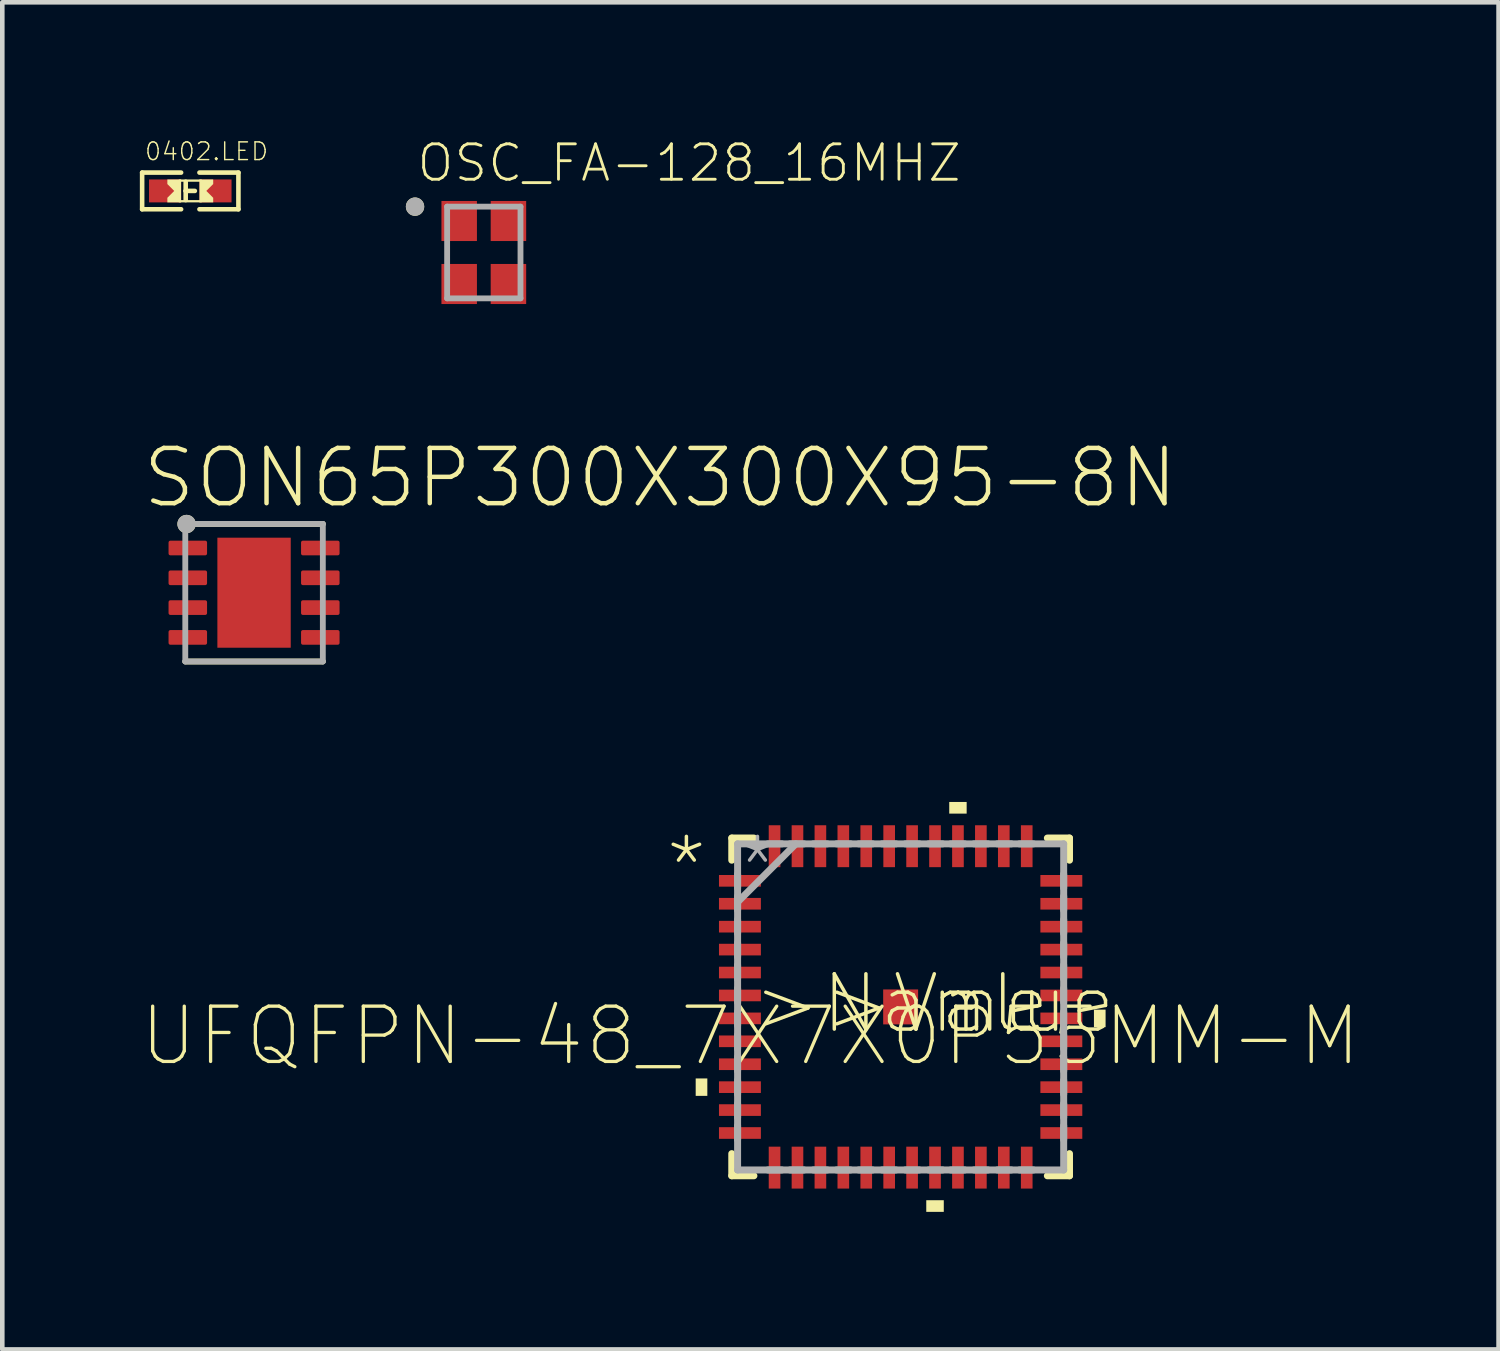
<source format=kicad_pcb>
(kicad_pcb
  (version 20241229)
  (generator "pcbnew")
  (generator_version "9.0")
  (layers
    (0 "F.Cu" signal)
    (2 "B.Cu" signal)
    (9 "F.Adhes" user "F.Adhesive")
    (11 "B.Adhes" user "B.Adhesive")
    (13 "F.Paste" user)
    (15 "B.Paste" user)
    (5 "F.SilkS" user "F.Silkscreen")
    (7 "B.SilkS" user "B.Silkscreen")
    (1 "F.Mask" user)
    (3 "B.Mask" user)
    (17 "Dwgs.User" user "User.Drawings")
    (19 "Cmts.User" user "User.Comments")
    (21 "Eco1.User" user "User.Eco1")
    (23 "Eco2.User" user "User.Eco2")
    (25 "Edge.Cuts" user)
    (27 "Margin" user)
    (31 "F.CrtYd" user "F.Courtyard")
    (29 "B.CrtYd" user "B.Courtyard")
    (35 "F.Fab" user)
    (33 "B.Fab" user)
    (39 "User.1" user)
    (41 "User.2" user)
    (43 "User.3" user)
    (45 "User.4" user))
  (footprint "OSC_FA-128_16MHZ"
    (layer "F.Cu")
    (at 7.502 2.457)
    (property "Reference" "OSC_FA-128_16MHZ" (at -1.5 -1.5 0) (layer "F.SilkS") (effects (font (size 0.772 0.772) (thickness 0.062)) (justify left bottom)))
    (attr through_hole)
    (fp_circle (center -1.5 -1) (end -1.4 -1) (stroke (width 0.2) (type solid)) (fill no) (layer "F.SilkS"))
    (fp_line (start -0.8 -1) (end 0.8 -1) (stroke (width 0.127) (type solid)) (layer "F.Fab"))
    (fp_line (start -0.8 1) (end -0.8 -1) (stroke (width 0.127) (type solid)) (layer "F.Fab"))
    (fp_line (start 0.8 -1) (end 0.8 1) (stroke (width 0.127) (type solid)) (layer "F.Fab"))
    (fp_line (start 0.8 1) (end -0.8 1) (stroke (width 0.127) (type solid)) (layer "F.Fab"))
    (fp_circle (center -1.5 -1) (end -1.4 -1) (stroke (width 0.2) (type solid)) (fill no) (layer "F.Fab"))
    (pad "1" smd rect (at -0.537 -0.687) (size 0.774 0.874) (layers "F.Cu" "F.Mask" "F.Paste"))
    (pad "2" smd rect (at -0.537 0.687) (size 0.774 0.874) (layers "F.Cu" "F.Mask" "F.Paste"))
    (pad "3" smd rect (at 0.537 0.687) (size 0.774 0.874) (layers "F.Cu" "F.Mask" "F.Paste"))
    (pad "4" smd rect (at 0.537 -0.687) (size 0.774 0.874) (layers "F.Cu" "F.Mask" "F.Paste")))
  (footprint "UFQFPN-48_7X7X0P55MM-M"
    (layer "F.Cu")
    (at 16.593 18.911)
    (property "Reference" "UFQFPN-48_7X7X0P55MM-M" (at -3.277 0.635 0) (layer "F.SilkS") (effects (font (size 1.206 1.206) (thickness 0.072))))
    (attr through_hole)
    (fp_line (start -3.683 -3.683) (end -3.683 -3.2) (stroke (width 0.152) (type solid)) (layer "F.SilkS"))
    (fp_line (start -3.683 3.2) (end -3.683 3.683) (stroke (width 0.152) (type solid)) (layer "F.SilkS"))
    (fp_line (start -3.683 3.683) (end -3.2 3.683) (stroke (width 0.152) (type solid)) (layer "F.SilkS"))
    (fp_line (start -3.2 -3.683) (end -3.683 -3.683) (stroke (width 0.152) (type solid)) (layer "F.SilkS"))
    (fp_line (start 3.2 3.683) (end 3.683 3.683) (stroke (width 0.152) (type solid)) (layer "F.SilkS"))
    (fp_line (start 3.683 -3.683) (end 3.2 -3.683) (stroke (width 0.152) (type solid)) (layer "F.SilkS"))
    (fp_line (start 3.683 -3.2) (end 3.683 -3.683) (stroke (width 0.152) (type solid)) (layer "F.SilkS"))
    (fp_line (start 3.683 3.683) (end 3.683 3.2) (stroke (width 0.152) (type solid)) (layer "F.SilkS"))
    (fp_poly (pts (xy -4.47 1.56) (xy -4.47 1.94) (xy -4.216 1.94) (xy -4.216 1.56)) (stroke (width 0) (type solid)) (fill yes) (layer "F.SilkS"))
    (fp_poly (pts (xy 0.559 4.216) (xy 0.559 4.47) (xy 0.941 4.47) (xy 0.941 4.216)) (stroke (width 0) (type solid)) (fill yes) (layer "F.SilkS"))
    (fp_poly (pts (xy 1.06 -4.216) (xy 1.06 -4.47) (xy 1.44 -4.47) (xy 1.44 -4.216)) (stroke (width 0) (type solid)) (fill yes) (layer "F.SilkS"))
    (fp_poly (pts (xy 4.47 0.059) (xy 4.47 0.441) (xy 4.216 0.441) (xy 4.216 0.059)) (stroke (width 0) (type solid)) (fill yes) (layer "F.SilkS"))
    (fp_line (start -3.556 -3.556) (end -3.556 3.556) (stroke (width 0.152) (type solid)) (layer "F.Fab"))
    (fp_line (start -3.556 -2.896) (end -3.556 -2.591) (stroke (width 0.152) (type solid)) (layer "F.Fab"))
    (fp_line (start -3.556 -2.413) (end -3.556 -2.108) (stroke (width 0.152) (type solid)) (layer "F.Fab"))
    (fp_line (start -3.556 -2.286) (end -2.286 -3.556) (stroke (width 0.152) (type solid)) (layer "F.Fab"))
    (fp_line (start -3.556 -1.905) (end -3.556 -1.6) (stroke (width 0.152) (type solid)) (layer "F.Fab"))
    (fp_line (start -3.556 -1.397) (end -3.556 -1.092) (stroke (width 0.152) (type solid)) (layer "F.Fab"))
    (fp_line (start -3.556 -0.914) (end -3.556 -0.61) (stroke (width 0.152) (type solid)) (layer "F.Fab"))
    (fp_line (start -3.556 -0.406) (end -3.556 -0.102) (stroke (width 0.152) (type solid)) (layer "F.Fab"))
    (fp_line (start -3.556 0.102) (end -3.556 0.406) (stroke (width 0.152) (type solid)) (layer "F.Fab"))
    (fp_line (start -3.556 0.61) (end -3.556 0.914) (stroke (width 0.152) (type solid)) (layer "F.Fab"))
    (fp_line (start -3.556 1.092) (end -3.556 1.397) (stroke (width 0.152) (type solid)) (layer "F.Fab"))
    (fp_line (start -3.556 1.6) (end -3.556 1.905) (stroke (width 0.152) (type solid)) (layer "F.Fab"))
    (fp_line (start -3.556 2.108) (end -3.556 2.413) (stroke (width 0.152) (type solid)) (layer "F.Fab"))
    (fp_line (start -3.556 2.591) (end -3.556 2.896) (stroke (width 0.152) (type solid)) (layer "F.Fab"))
    (fp_line (start -3.556 3.556) (end 3.556 3.556) (stroke (width 0.152) (type solid)) (layer "F.Fab"))
    (fp_line (start -2.896 3.556) (end -2.591 3.556) (stroke (width 0.152) (type solid)) (layer "F.Fab"))
    (fp_line (start -2.591 -3.556) (end -2.896 -3.556) (stroke (width 0.152) (type solid)) (layer "F.Fab"))
    (fp_line (start -2.413 3.556) (end -2.108 3.556) (stroke (width 0.152) (type solid)) (layer "F.Fab"))
    (fp_line (start -2.108 -3.556) (end -2.413 -3.556) (stroke (width 0.152) (type solid)) (layer "F.Fab"))
    (fp_line (start -1.905 3.556) (end -1.6 3.556) (stroke (width 0.152) (type solid)) (layer "F.Fab"))
    (fp_line (start -1.6 -3.556) (end -1.905 -3.556) (stroke (width 0.152) (type solid)) (layer "F.Fab"))
    (fp_line (start -1.397 3.556) (end -1.092 3.556) (stroke (width 0.152) (type solid)) (layer "F.Fab"))
    (fp_line (start -1.092 -3.556) (end -1.397 -3.556) (stroke (width 0.152) (type solid)) (layer "F.Fab"))
    (fp_line (start -0.914 3.556) (end -0.61 3.556) (stroke (width 0.152) (type solid)) (layer "F.Fab"))
    (fp_line (start -0.61 -3.556) (end -0.914 -3.556) (stroke (width 0.152) (type solid)) (layer "F.Fab"))
    (fp_line (start -0.406 3.556) (end -0.102 3.556) (stroke (width 0.152) (type solid)) (layer "F.Fab"))
    (fp_line (start -0.102 -3.556) (end -0.406 -3.556) (stroke (width 0.152) (type solid)) (layer "F.Fab"))
    (fp_line (start 0.102 3.556) (end 0.406 3.556) (stroke (width 0.152) (type solid)) (layer "F.Fab"))
    (fp_line (start 0.406 -3.556) (end 0.102 -3.556) (stroke (width 0.152) (type solid)) (layer "F.Fab"))
    (fp_line (start 0.61 3.556) (end 0.914 3.556) (stroke (width 0.152) (type solid)) (layer "F.Fab"))
    (fp_line (start 0.914 -3.556) (end 0.61 -3.556) (stroke (width 0.152) (type solid)) (layer "F.Fab"))
    (fp_line (start 1.092 3.556) (end 1.397 3.556) (stroke (width 0.152) (type solid)) (layer "F.Fab"))
    (fp_line (start 1.397 -3.556) (end 1.092 -3.556) (stroke (width 0.152) (type solid)) (layer "F.Fab"))
    (fp_line (start 1.6 3.556) (end 1.905 3.556) (stroke (width 0.152) (type solid)) (layer "F.Fab"))
    (fp_line (start 1.905 -3.556) (end 1.6 -3.556) (stroke (width 0.152) (type solid)) (layer "F.Fab"))
    (fp_line (start 2.108 3.556) (end 2.413 3.556) (stroke (width 0.152) (type solid)) (layer "F.Fab"))
    (fp_line (start 2.413 -3.556) (end 2.108 -3.556) (stroke (width 0.152) (type solid)) (layer "F.Fab"))
    (fp_line (start 2.591 3.556) (end 2.896 3.556) (stroke (width 0.152) (type solid)) (layer "F.Fab"))
    (fp_line (start 2.896 -3.556) (end 2.591 -3.556) (stroke (width 0.152) (type solid)) (layer "F.Fab"))
    (fp_line (start 3.556 -3.556) (end -3.556 -3.556) (stroke (width 0.152) (type solid)) (layer "F.Fab"))
    (fp_line (start 3.556 -2.591) (end 3.556 -2.896) (stroke (width 0.152) (type solid)) (layer "F.Fab"))
    (fp_line (start 3.556 -2.108) (end 3.556 -2.413) (stroke (width 0.152) (type solid)) (layer "F.Fab"))
    (fp_line (start 3.556 -1.6) (end 3.556 -1.905) (stroke (width 0.152) (type solid)) (layer "F.Fab"))
    (fp_line (start 3.556 -1.092) (end 3.556 -1.397) (stroke (width 0.152) (type solid)) (layer "F.Fab"))
    (fp_line (start 3.556 -0.61) (end 3.556 -0.914) (stroke (width 0.152) (type solid)) (layer "F.Fab"))
    (fp_line (start 3.556 -0.102) (end 3.556 -0.406) (stroke (width 0.152) (type solid)) (layer "F.Fab"))
    (fp_line (start 3.556 0.406) (end 3.556 0.102) (stroke (width 0.152) (type solid)) (layer "F.Fab"))
    (fp_line (start 3.556 0.914) (end 3.556 0.61) (stroke (width 0.152) (type solid)) (layer "F.Fab"))
    (fp_line (start 3.556 1.397) (end 3.556 1.092) (stroke (width 0.152) (type solid)) (layer "F.Fab"))
    (fp_line (start 3.556 1.905) (end 3.556 1.6) (stroke (width 0.152) (type solid)) (layer "F.Fab"))
    (fp_line (start 3.556 2.413) (end 3.556 2.108) (stroke (width 0.152) (type solid)) (layer "F.Fab"))
    (fp_line (start 3.556 2.896) (end 3.556 2.591) (stroke (width 0.152) (type solid)) (layer "F.Fab"))
    (fp_line (start 3.556 3.556) (end 3.556 -3.556) (stroke (width 0.152) (type solid)) (layer "F.Fab"))
    (fp_text user ">Name" (at -3.277 0.635 0) (layer "F.SilkS") (effects (font (size 1.206 1.206) (thickness 0.076)) (justify left bottom)))
    (fp_text user ">Value" (at -1.727 0.635 0) (layer "F.SilkS") (effects (font (size 1.206 1.206) (thickness 0.076)) (justify left bottom)))
    (fp_text user "*" (at -5.182 -2.362 0) (layer "F.SilkS") (effects (font (size 1.206 1.206) (thickness 0.076)) (justify left bottom)))
    (fp_text user "*" (at -3.632 -2.362 0) (layer "F.Fab") (effects (font (size 1.206 1.206) (thickness 0.076)) (justify left bottom)))
    (pad "1" smd rect (at -3.505 -2.75 270) (size 0.254 0.914) (layers "F.Cu" "F.Mask" "F.Paste"))
    (pad "2" smd rect (at -3.505 -2.25 270) (size 0.254 0.914) (layers "F.Cu" "F.Mask" "F.Paste"))
    (pad "3" smd rect (at -3.505 -1.75 270) (size 0.254 0.914) (layers "F.Cu" "F.Mask" "F.Paste"))
    (pad "4" smd rect (at -3.505 -1.25 270) (size 0.254 0.914) (layers "F.Cu" "F.Mask" "F.Paste"))
    (pad "5" smd rect (at -3.505 -0.75 270) (size 0.254 0.914) (layers "F.Cu" "F.Mask" "F.Paste"))
    (pad "6" smd rect (at -3.505 -0.25 270) (size 0.254 0.914) (layers "F.Cu" "F.Mask" "F.Paste"))
    (pad "7" smd rect (at -3.505 0.25 270) (size 0.254 0.914) (layers "F.Cu" "F.Mask" "F.Paste"))
    (pad "8" smd rect (at -3.505 0.75 270) (size 0.254 0.914) (layers "F.Cu" "F.Mask" "F.Paste"))
    (pad "9" smd rect (at -3.505 1.25 270) (size 0.254 0.914) (layers "F.Cu" "F.Mask" "F.Paste"))
    (pad "10" smd rect (at -3.505 1.75 270) (size 0.254 0.914) (layers "F.Cu" "F.Mask" "F.Paste"))
    (pad "11" smd rect (at -3.505 2.25 270) (size 0.254 0.914) (layers "F.Cu" "F.Mask" "F.Paste"))
    (pad "12" smd rect (at -3.505 2.75 270) (size 0.254 0.914) (layers "F.Cu" "F.Mask" "F.Paste"))
    (pad "13" smd rect (at -2.75 3.505 180) (size 0.254 0.914) (layers "F.Cu" "F.Mask" "F.Paste"))
    (pad "14" smd rect (at -2.25 3.505 180) (size 0.254 0.914) (layers "F.Cu" "F.Mask" "F.Paste"))
    (pad "15" smd rect (at -1.75 3.505 180) (size 0.254 0.914) (layers "F.Cu" "F.Mask" "F.Paste"))
    (pad "16" smd rect (at -1.25 3.505 180) (size 0.254 0.914) (layers "F.Cu" "F.Mask" "F.Paste"))
    (pad "17" smd rect (at -0.75 3.505 180) (size 0.254 0.914) (layers "F.Cu" "F.Mask" "F.Paste"))
    (pad "18" smd rect (at -0.25 3.505 180) (size 0.254 0.914) (layers "F.Cu" "F.Mask" "F.Paste"))
    (pad "19" smd rect (at 0.25 3.505 180) (size 0.254 0.914) (layers "F.Cu" "F.Mask" "F.Paste"))
    (pad "20" smd rect (at 0.75 3.505 180) (size 0.254 0.914) (layers "F.Cu" "F.Mask" "F.Paste"))
    (pad "21" smd rect (at 1.25 3.505 180) (size 0.254 0.914) (layers "F.Cu" "F.Mask" "F.Paste"))
    (pad "22" smd rect (at 1.75 3.505 180) (size 0.254 0.914) (layers "F.Cu" "F.Mask" "F.Paste"))
    (pad "23" smd rect (at 2.25 3.505 180) (size 0.254 0.914) (layers "F.Cu" "F.Mask" "F.Paste"))
    (pad "24" smd rect (at 2.75 3.505 180) (size 0.254 0.914) (layers "F.Cu" "F.Mask" "F.Paste"))
    (pad "25" smd rect (at 3.505 2.75 270) (size 0.254 0.914) (layers "F.Cu" "F.Mask" "F.Paste"))
    (pad "26" smd rect (at 3.505 2.25 270) (size 0.254 0.914) (layers "F.Cu" "F.Mask" "F.Paste"))
    (pad "27" smd rect (at 3.505 1.75 270) (size 0.254 0.914) (layers "F.Cu" "F.Mask" "F.Paste"))
    (pad "28" smd rect (at 3.505 1.25 270) (size 0.254 0.914) (layers "F.Cu" "F.Mask" "F.Paste"))
    (pad "29" smd rect (at 3.505 0.75 270) (size 0.254 0.914) (layers "F.Cu" "F.Mask" "F.Paste"))
    (pad "30" smd rect (at 3.505 0.25 270) (size 0.254 0.914) (layers "F.Cu" "F.Mask" "F.Paste"))
    (pad "31" smd rect (at 3.505 -0.25 270) (size 0.254 0.914) (layers "F.Cu" "F.Mask" "F.Paste"))
    (pad "32" smd rect (at 3.505 -0.75 270) (size 0.254 0.914) (layers "F.Cu" "F.Mask" "F.Paste"))
    (pad "33" smd rect (at 3.505 -1.25 270) (size 0.254 0.914) (layers "F.Cu" "F.Mask" "F.Paste"))
    (pad "34" smd rect (at 3.505 -1.75 270) (size 0.254 0.914) (layers "F.Cu" "F.Mask" "F.Paste"))
    (pad "35" smd rect (at 3.505 -2.25 270) (size 0.254 0.914) (layers "F.Cu" "F.Mask" "F.Paste"))
    (pad "36" smd rect (at 3.505 -2.75 270) (size 0.254 0.914) (layers "F.Cu" "F.Mask" "F.Paste"))
    (pad "37" smd rect (at 2.75 -3.505 180) (size 0.254 0.914) (layers "F.Cu" "F.Mask" "F.Paste"))
    (pad "38" smd rect (at 2.25 -3.505 180) (size 0.254 0.914) (layers "F.Cu" "F.Mask" "F.Paste"))
    (pad "39" smd rect (at 1.75 -3.505 180) (size 0.254 0.914) (layers "F.Cu" "F.Mask" "F.Paste"))
    (pad "40" smd rect (at 1.25 -3.505 180) (size 0.254 0.914) (layers "F.Cu" "F.Mask" "F.Paste"))
    (pad "41" smd rect (at 0.75 -3.505 180) (size 0.254 0.914) (layers "F.Cu" "F.Mask" "F.Paste"))
    (pad "42" smd rect (at 0.25 -3.505 180) (size 0.254 0.914) (layers "F.Cu" "F.Mask" "F.Paste"))
    (pad "43" smd rect (at -0.25 -3.505 180) (size 0.254 0.914) (layers "F.Cu" "F.Mask" "F.Paste"))
    (pad "44" smd rect (at -0.75 -3.505 180) (size 0.254 0.914) (layers "F.Cu" "F.Mask" "F.Paste"))
    (pad "45" smd rect (at -1.25 -3.505 180) (size 0.254 0.914) (layers "F.Cu" "F.Mask" "F.Paste"))
    (pad "46" smd rect (at -1.75 -3.505 180) (size 0.254 0.914) (layers "F.Cu" "F.Mask" "F.Paste"))
    (pad "47" smd rect (at -2.25 -3.505 180) (size 0.254 0.914) (layers "F.Cu" "F.Mask" "F.Paste"))
    (pad "48" smd rect (at -2.75 -3.505 180) (size 0.254 0.914) (layers "F.Cu" "F.Mask" "F.Paste"))
    (pad "49" smd rect (at 0 0) (size 0.762 0.762) (layers "F.Cu" "F.Mask" "F.Paste")))
  (footprint "SON65P300X300X95-8N"
    (layer "F.Cu")
    (at 2.491 9.877)
    (property "Reference" "SON65P300X300X95-8N" (at -2.491 -1.8 0) (layer "F.SilkS") (effects (font (size 1.206 1.206) (thickness 0.097)) (justify left bottom)))
    (attr through_hole)
    (fp_line (start -1.5 -1.5) (end 1.5 -1.5) (stroke (width 0.127) (type solid)) (layer "F.SilkS"))
    (fp_line (start -1.5 1.5) (end 1.5 1.5) (stroke (width 0.127) (type solid)) (layer "F.SilkS"))
    (fp_circle (center -1.472 -1.498) (end -1.372 -1.498) (stroke (width 0.2) (type solid)) (fill no) (layer "F.SilkS"))
    (fp_poly (pts (xy -0.095 -0.095) (xy -0.095 -1.015) (xy -0.615 -1.015) (xy -0.615 -0.095)) (stroke (width 0) (type solid)) (fill yes) (layer "F.Paste"))
    (fp_poly (pts (xy -0.095 1.015) (xy -0.095 0.095) (xy -0.615 0.095) (xy -0.615 1.015)) (stroke (width 0) (type solid)) (fill yes) (layer "F.Paste"))
    (fp_poly (pts (xy 0.095 -1.015) (xy 0.095 -0.095) (xy 0.615 -0.095) (xy 0.615 -1.015)) (stroke (width 0) (type solid)) (fill yes) (layer "F.Paste"))
    (fp_poly (pts (xy 0.095 0.095) (xy 0.095 1.015) (xy 0.615 1.015) (xy 0.615 0.095)) (stroke (width 0) (type solid)) (fill yes) (layer "F.Paste"))
    (fp_line (start -1.5 -1.5) (end -1.5 1.5) (stroke (width 0.127) (type solid)) (layer "F.Fab"))
    (fp_line (start -1.5 -1.5) (end 1.5 -1.5) (stroke (width 0.127) (type solid)) (layer "F.Fab"))
    (fp_line (start -1.5 1.5) (end 1.5 1.5) (stroke (width 0.127) (type solid)) (layer "F.Fab"))
    (fp_line (start 1.5 -1.5) (end 1.5 1.5) (stroke (width 0.127) (type solid)) (layer "F.Fab"))
    (fp_circle (center -1.472 -1.498) (end -1.372 -1.498) (stroke (width 0.2) (type solid)) (fill no) (layer "F.Fab"))
    (pad "1" smd roundrect (at -1.445 -0.975) (size 0.84 0.32) (layers "F.Cu" "F.Mask" "F.Paste") (roundrect_rratio 0.125))
    (pad "2" smd roundrect (at -1.445 -0.325) (size 0.84 0.32) (layers "F.Cu" "F.Mask" "F.Paste") (roundrect_rratio 0.125))
    (pad "3" smd roundrect (at -1.445 0.325) (size 0.84 0.32) (layers "F.Cu" "F.Mask" "F.Paste") (roundrect_rratio 0.125))
    (pad "4" smd roundrect (at -1.445 0.975) (size 0.84 0.32) (layers "F.Cu" "F.Mask" "F.Paste") (roundrect_rratio 0.125))
    (pad "5" smd roundrect (at 1.445 0.975) (size 0.84 0.32) (layers "F.Cu" "F.Mask" "F.Paste") (roundrect_rratio 0.125))
    (pad "6" smd roundrect (at 1.445 0.325) (size 0.84 0.32) (layers "F.Cu" "F.Mask" "F.Paste") (roundrect_rratio 0.125))
    (pad "7" smd roundrect (at 1.445 -0.325) (size 0.84 0.32) (layers "F.Cu" "F.Mask" "F.Paste") (roundrect_rratio 0.125))
    (pad "8" smd roundrect (at 1.445 -0.975) (size 0.84 0.32) (layers "F.Cu" "F.Mask" "F.Paste") (roundrect_rratio 0.125))
    (pad "9" smd rect (at 0 0) (size 1.6 2.4) (layers "F.Cu" "F.Mask")))
  (footprint "0402.LED"
    (layer "F.Cu")
    (at 1.1 1.114)
    (property "Reference" "0402.LED" (at -1.016 -0.635 180) (layer "F.SilkS") (effects (font (size 0.386 0.386) (thickness 0.031)) (justify left bottom)))
    (attr through_hole)
    (fp_poly (pts (xy -0.95 0.3) (xy -0.15 0.3) (xy -0.15 -0.3) (xy -0.95 -0.3)) (stroke (width 0) (type solid)) (fill yes) (layer "F.Mask"))
    (fp_poly (pts (xy 0.15 0.3) (xy 0.95 0.3) (xy 0.95 -0.3) (xy 0.15 -0.3)) (stroke (width 0) (type solid)) (fill yes) (layer "F.Mask"))
    (fp_line (start -1.05 -0.4) (end -1.05 0.4) (stroke (width 0.1) (type solid)) (layer "F.SilkS"))
    (fp_line (start -1.05 0.4) (end -0.2 0.4) (stroke (width 0.1) (type solid)) (layer "F.SilkS"))
    (fp_line (start -0.2 -0.4) (end -1.05 -0.4) (stroke (width 0.1) (type solid)) (layer "F.SilkS"))
    (fp_line (start -0.1 -0.2) (end -0.1 0) (stroke (width 0.1) (type solid)) (layer "F.SilkS"))
    (fp_line (start -0.1 0) (end -0.1 0.2) (stroke (width 0.1) (type solid)) (layer "F.SilkS"))
    (fp_line (start -0.1 0) (end 0.1 0) (stroke (width 0.1) (type solid)) (layer "F.SilkS"))
    (fp_line (start 0.2 0.4) (end 1.05 0.4) (stroke (width 0.1) (type solid)) (layer "F.SilkS"))
    (fp_line (start 1.05 -0.4) (end 0.2 -0.4) (stroke (width 0.1) (type solid)) (layer "F.SilkS"))
    (fp_line (start 1.05 0.4) (end 1.05 -0.4) (stroke (width 0.1) (type solid)) (layer "F.SilkS"))
    (fp_poly (pts (xy -0.25 -0.2) (xy 0.25 -0.2) (xy 0.25 -0.25) (xy -0.25 -0.25)) (stroke (width 0) (type solid)) (fill yes) (layer "F.SilkS"))
    (fp_poly (pts (xy -0.25 0.25) (xy 0.25 0.25) (xy 0.25 0.2) (xy -0.25 0.2)) (stroke (width 0) (type solid)) (fill yes) (layer "F.SilkS"))
    (fp_poly (pts (xy -0.2 0.25) (xy -0.5 0.25) (xy -0.5 0.15) (xy -0.35 0) (xy -0.5 -0.15) (xy -0.5 -0.25) (xy -0.2 -0.25)) (stroke (width 0) (type solid)) (fill yes) (layer "F.SilkS"))
    (fp_poly (pts (xy 0.2 -0.25) (xy 0.5 -0.25) (xy 0.5 -0.15) (xy 0.35 0) (xy 0.5 0.15) (xy 0.5 0.25) (xy 0.2 0.25)) (stroke (width 0) (type solid)) (fill yes) (layer "F.SilkS"))
    (pad "P$1" smd rect (at -0.55 0) (size 0.7 0.5) (layers "F.Cu" "F.Mask" "F.Paste"))
    (pad "P$2" smd rect (at 0.55 0) (size 0.7 0.5) (layers "F.Cu" "F.Mask" "F.Paste")))
  (gr_rect
    (start -3 -3)
    (end 29.634 26.381)
    (stroke (width 0.1) (type default))
    (fill no)
    (layer "Edge.Cuts")))
</source>
